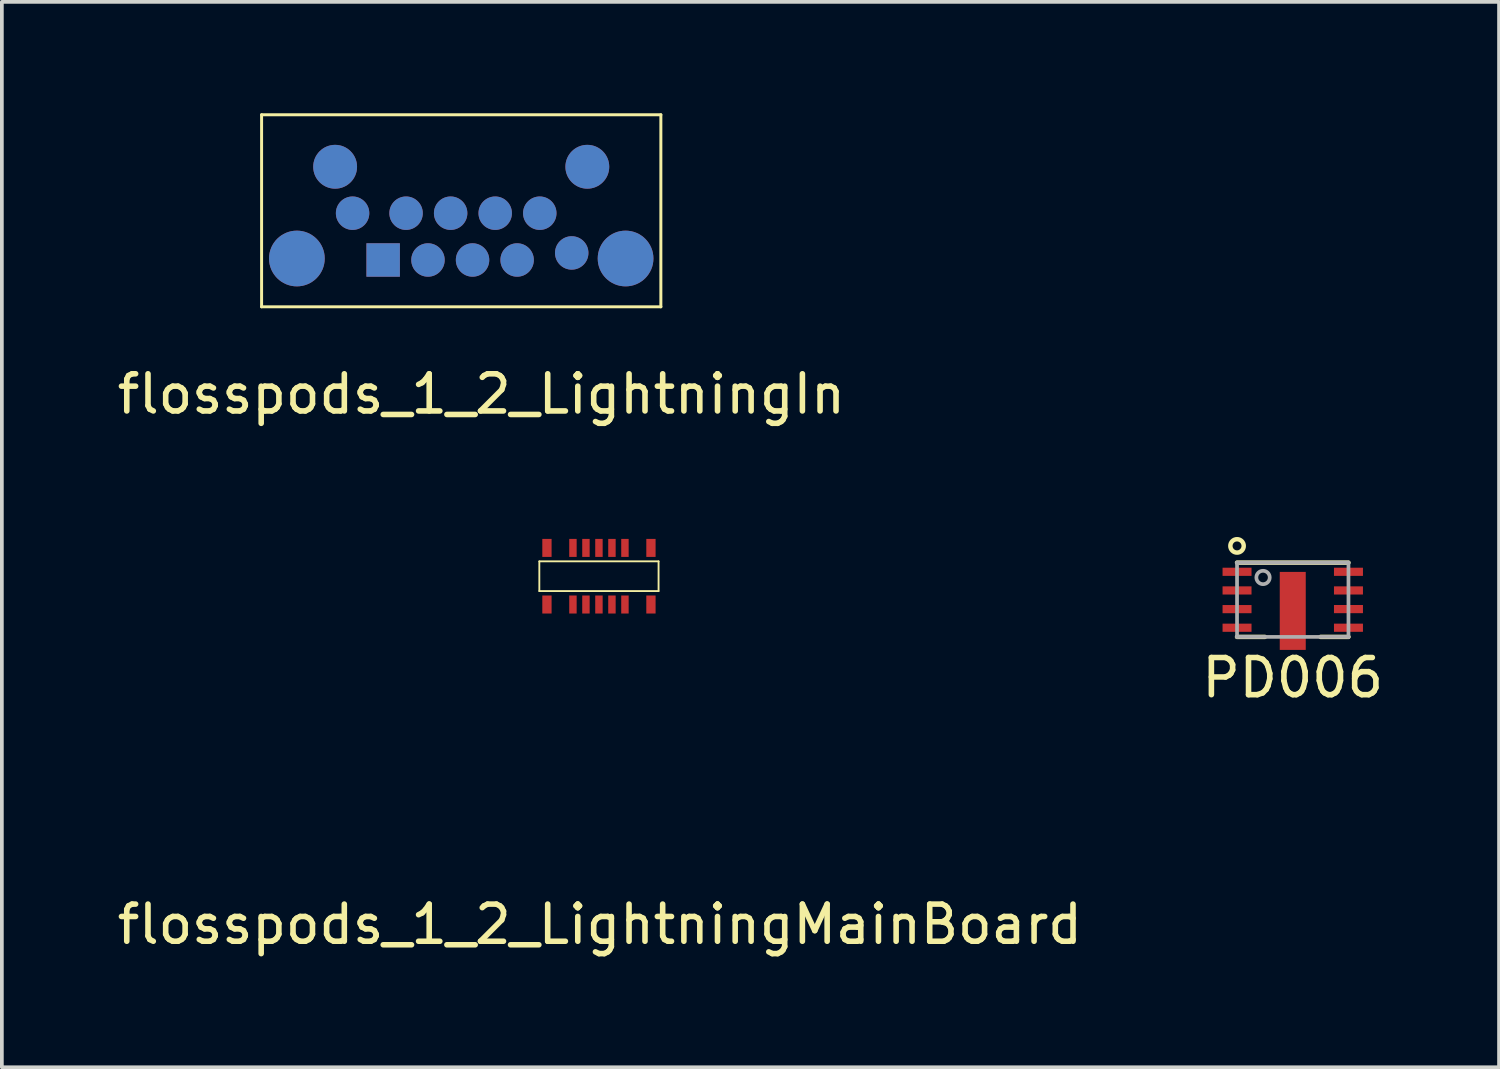
<source format=kicad_pcb>
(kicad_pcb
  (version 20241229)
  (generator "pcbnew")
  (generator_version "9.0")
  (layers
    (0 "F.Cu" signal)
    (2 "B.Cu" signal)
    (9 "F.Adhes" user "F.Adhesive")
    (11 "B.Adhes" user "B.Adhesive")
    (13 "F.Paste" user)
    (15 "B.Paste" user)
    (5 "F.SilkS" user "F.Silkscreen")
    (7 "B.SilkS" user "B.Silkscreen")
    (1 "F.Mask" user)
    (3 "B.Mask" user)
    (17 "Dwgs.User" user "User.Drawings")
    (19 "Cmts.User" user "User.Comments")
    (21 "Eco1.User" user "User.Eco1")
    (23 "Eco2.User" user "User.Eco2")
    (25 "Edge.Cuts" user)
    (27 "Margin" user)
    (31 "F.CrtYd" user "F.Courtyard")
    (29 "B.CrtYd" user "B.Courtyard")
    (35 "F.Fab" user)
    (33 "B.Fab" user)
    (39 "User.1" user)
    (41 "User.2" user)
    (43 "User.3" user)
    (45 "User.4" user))
  (footprint "flosspods_1_2_LightningMainBoard"
    (layer "F.Cu")
    (at 13.076 12.464)
    (property "Reference" "flosspods_1_2_LightningMainBoard" (at 0.025 9.373 0) (layer "F.SilkS") (effects (font (size 1 1) (thickness 0.15))))
    (attr through_hole)
    (fp_poly (pts (xy 0.785 0.511) (xy 0.783 0.996) (xy -0.809 0.998) (xy -0.809 0.513)) (stroke (width 0.1) (type solid)) (fill yes) (layer "F.Mask"))
    (fp_poly (pts (xy 0.791 -1.006) (xy 0.79 -0.522) (xy -0.79 -0.52) (xy -0.79 -1.005)) (stroke (width 0.1) (type solid)) (fill yes) (layer "F.Mask"))
    (fp_line (start -1.605 0.4) (end -1.605 -0.4) (stroke (width 0.05) (type solid)) (layer "F.SilkS"))
    (fp_line (start 1.605 -0.4) (end -1.605 -0.4) (stroke (width 0.05) (type solid)) (layer "F.SilkS"))
    (fp_line (start 1.605 0.4) (end -1.605 0.4) (stroke (width 0.05) (type solid)) (layer "F.SilkS"))
    (fp_line (start 1.605 0.4) (end 1.605 -0.4) (stroke (width 0.05) (type solid)) (layer "F.SilkS"))
    (pad "1" smd rect (at -1.4 0.762) (size 0.25 0.485) (layers "F.Cu" "F.Mask" "F.Paste"))
    (pad "2" smd rect (at -0.7 0.762 180) (size 0.2 0.485) (layers "F.Cu" "F.Mask" "F.Paste"))
    (pad "3" smd rect (at -0.35 0.762) (size 0.2 0.485) (layers "F.Cu" "F.Mask" "F.Paste"))
    (pad "4" smd rect (at 0 0.762) (size 0.2 0.485) (layers "F.Cu" "F.Mask" "F.Paste"))
    (pad "5" smd rect (at 0.35 0.762) (size 0.2 0.485) (layers "F.Cu" "F.Mask" "F.Paste"))
    (pad "6" smd rect (at 0.7 0.762) (size 0.2 0.485) (layers "F.Cu" "F.Mask" "F.Paste"))
    (pad "7" smd rect (at 1.4 0.762) (size 0.25 0.485) (layers "F.Cu" "F.Mask" "F.Paste"))
    (pad "8" smd rect (at 1.4 -0.762) (size 0.25 0.485) (layers "F.Cu" "F.Mask" "F.Paste"))
    (pad "9" smd rect (at 0.7 -0.762) (size 0.2 0.485) (layers "F.Cu" "F.Mask" "F.Paste"))
    (pad "10" smd rect (at 0.35 -0.762) (size 0.2 0.485) (layers "F.Cu" "F.Mask" "F.Paste"))
    (pad "11" smd rect (at 0 -0.762) (size 0.2 0.485) (layers "F.Cu" "F.Mask" "F.Paste"))
    (pad "12" smd rect (at -0.35 -0.762) (size 0.2 0.485) (layers "F.Cu" "F.Mask" "F.Paste"))
    (pad "13" smd rect (at -0.7 -0.762) (size 0.2 0.485) (layers "F.Cu" "F.Mask" "F.Paste"))
    (pad "14" smd rect (at -1.4 -0.762) (size 0.25 0.485) (layers "F.Cu" "F.Mask" "F.Paste")))
  (footprint "flosspods_1_2_LightningIn"
    (layer "F.Cu")
    (at 3.993 5.21)
    (property "Reference" "flosspods_1_2_LightningIn" (at 5.918 2.349 0) (layer "F.SilkS") (effects (font (size 1 1) (thickness 0.15))))
    (attr through_hole)
    (fp_line (start 0 -5.17) (end 10.75 -5.17) (stroke (width 0.08) (type solid)) (layer "F.SilkS"))
    (fp_line (start 0 0) (end 0 -5.17) (stroke (width 0.08) (type solid)) (layer "F.SilkS"))
    (fp_line (start 10.75 -5.17) (end 10.75 0) (stroke (width 0.08) (type solid)) (layer "F.SilkS"))
    (fp_line (start 10.75 0) (end 0 0) (stroke (width 0.08) (type solid)) (layer "F.SilkS"))
    (pad "1" smd circle (at 0.95 -1.3) (size 1.5 1.5) (layers "F.Cu" "F.Mask" "F.Paste"))
    (pad "2" smd rect (at 3.273 -1.26) (size 0.9 0.9) (layers "F.Cu" "F.Mask" "F.Paste"))
    (pad "3" smd circle (at 4.48 -1.26) (size 0.9 0.9) (layers "F.Cu" "F.Mask" "F.Paste"))
    (pad "4" smd circle (at 5.68 -1.26) (size 0.9 0.9) (layers "F.Cu" "F.Mask" "F.Paste"))
    (pad "5" smd circle (at 6.88 -1.26) (size 0.9 0.9) (layers "F.Cu" "F.Mask" "F.Paste"))
    (pad "6" smd circle (at 8.35 -1.45) (size 0.9 0.9) (layers "F.Cu" "F.Mask" "F.Paste"))
    (pad "7" smd circle (at 9.8 -1.3) (size 1.5 1.5) (layers "F.Cu" "F.Mask" "F.Paste"))
    (pad "8" smd circle (at 2.45 -2.52) (size 0.9 0.9) (layers "F.Cu" "F.Mask" "F.Paste"))
    (pad "9" smd circle (at 3.89 -2.52) (size 0.9 0.9) (layers "F.Cu" "F.Mask" "F.Paste"))
    (pad "10" smd circle (at 5.09 -2.52) (size 0.9 0.9) (layers "F.Cu" "F.Mask" "F.Paste"))
    (pad "11" smd circle (at 6.29 -2.52) (size 0.9 0.9) (layers "F.Cu" "F.Mask" "F.Paste"))
    (pad "12" smd circle (at 7.49 -2.52) (size 0.9 0.9) (layers "F.Cu" "F.Mask" "F.Paste"))
    (pad "13" smd circle (at 1.98 -3.77) (size 1.18 1.18) (layers "F.Cu" "F.Mask" "F.Paste"))
    (pad "14" smd circle (at 8.77 -3.77) (size 1.18 1.18) (layers "F.Cu" "F.Mask" "F.Paste"))
    (pad "21" smd circle (at 0.95 -1.3) (size 1.5 1.5) (layers "F.Mask" "B.Cu" "F.Paste"))
    (pad "22" smd rect (at 3.273 -1.26) (size 0.9 0.9) (layers "F.Mask" "B.Cu" "F.Paste"))
    (pad "23" smd circle (at 4.48 -1.26) (size 0.9 0.9) (layers "F.Mask" "B.Cu" "F.Paste"))
    (pad "24" smd circle (at 5.68 -1.26) (size 0.9 0.9) (layers "F.Mask" "B.Cu" "F.Paste"))
    (pad "25" smd circle (at 6.88 -1.26) (size 0.9 0.9) (layers "F.Mask" "B.Cu" "F.Paste"))
    (pad "26" smd circle (at 8.35 -1.45) (size 0.9 0.9) (layers "F.Mask" "B.Cu" "F.Paste"))
    (pad "27" smd circle (at 9.8 -1.3) (size 1.5 1.5) (layers "F.Mask" "B.Cu" "F.Paste"))
    (pad "28" smd circle (at 2.45 -2.52) (size 0.9 0.9) (layers "F.Mask" "B.Cu" "F.Paste"))
    (pad "29" smd circle (at 3.89 -2.52) (size 0.9 0.9) (layers "F.Mask" "B.Cu" "F.Paste"))
    (pad "30" smd circle (at 5.09 -2.52) (size 0.9 0.9) (layers "F.Mask" "B.Cu" "F.Paste"))
    (pad "31" smd circle (at 6.29 -2.52) (size 0.9 0.9) (layers "F.Mask" "B.Cu" "F.Paste"))
    (pad "32" smd circle (at 7.49 -2.52) (size 0.9 0.9) (layers "F.Mask" "B.Cu" "F.Paste"))
    (pad "33" smd circle (at 1.98 -3.77) (size 1.18 1.18) (layers "F.Mask" "B.Cu" "F.Paste"))
    (pad "34" smd circle (at 8.77 -3.77) (size 1.18 1.18) (layers "F.Mask" "B.Cu" "F.Paste")))
  (footprint "PD006"
    (layer "F.Cu")
    (at 31.756 13.098)
    (property "Reference" "PD006" (at 0 2.1 0) (layer "F.SilkS") (effects (font (size 1 1) (thickness 0.15))))
    (attr through_hole)
    (fp_line (start -1.5 -1) (end 1.5 -1) (stroke (width 0.12) (type solid)) (layer "F.SilkS"))
    (fp_line (start -1.5 1) (end -0.75 1) (stroke (width 0.12) (type solid)) (layer "F.SilkS"))
    (fp_line (start 0.75 1) (end 1.5 1) (stroke (width 0.12) (type solid)) (layer "F.SilkS"))
    (fp_circle (center -1.5 -1.45) (end -1.35 -1.35) (stroke (width 0.12) (type solid)) (fill no) (layer "F.SilkS"))
    (fp_line (start -1.5 -1) (end 1.5 -1) (stroke (width 0.1) (type solid)) (layer "F.Fab"))
    (fp_line (start -1.5 1) (end -1.5 -1) (stroke (width 0.1) (type solid)) (layer "F.Fab"))
    (fp_line (start -1.5 1) (end 1.5 1) (stroke (width 0.1) (type solid)) (layer "F.Fab"))
    (fp_line (start 1.5 1) (end 1.5 -1) (stroke (width 0.1) (type solid)) (layer "F.Fab"))
    (fp_circle (center -0.8 -0.6) (end -0.62 -0.6) (stroke (width 0.1) (type solid)) (fill no) (layer "F.Fab"))
    (pad "1" smd rect (at -1.5 -0.753) (size 0.78 0.22) (layers "F.Cu" "F.Mask" "F.Paste"))
    (pad "2" smd rect (at -1.5 -0.251) (size 0.78 0.22) (layers "F.Cu" "F.Mask" "F.Paste"))
    (pad "3" smd rect (at -1.5 0.252) (size 0.78 0.22) (layers "F.Cu" "F.Mask" "F.Paste"))
    (pad "4" smd rect (at -1.5 0.753) (size 0.78 0.22) (layers "F.Cu" "F.Mask" "F.Paste"))
    (pad "5" smd rect (at 1.5 0.753) (size 0.78 0.22) (layers "F.Cu" "F.Mask" "F.Paste"))
    (pad "6" smd rect (at 1.5 0.251) (size 0.78 0.22) (layers "F.Cu" "F.Mask" "F.Paste"))
    (pad "7" smd rect (at 1.5 -0.251) (size 0.78 0.22) (layers "F.Cu" "F.Mask" "F.Paste"))
    (pad "8" smd rect (at 1.5 -0.753) (size 0.78 0.22) (layers "F.Cu" "F.Mask" "F.Paste"))
    (pad "F1" smd rect (at 0 0.3) (size 0.7 2.1) (layers "F.Cu" "F.Mask" "F.Paste")))
  (gr_rect
    (start -3 -3)
    (end 37.31 25.685)
    (stroke (width 0.1) (type default))
    (fill no)
    (layer "Edge.Cuts")))
</source>
